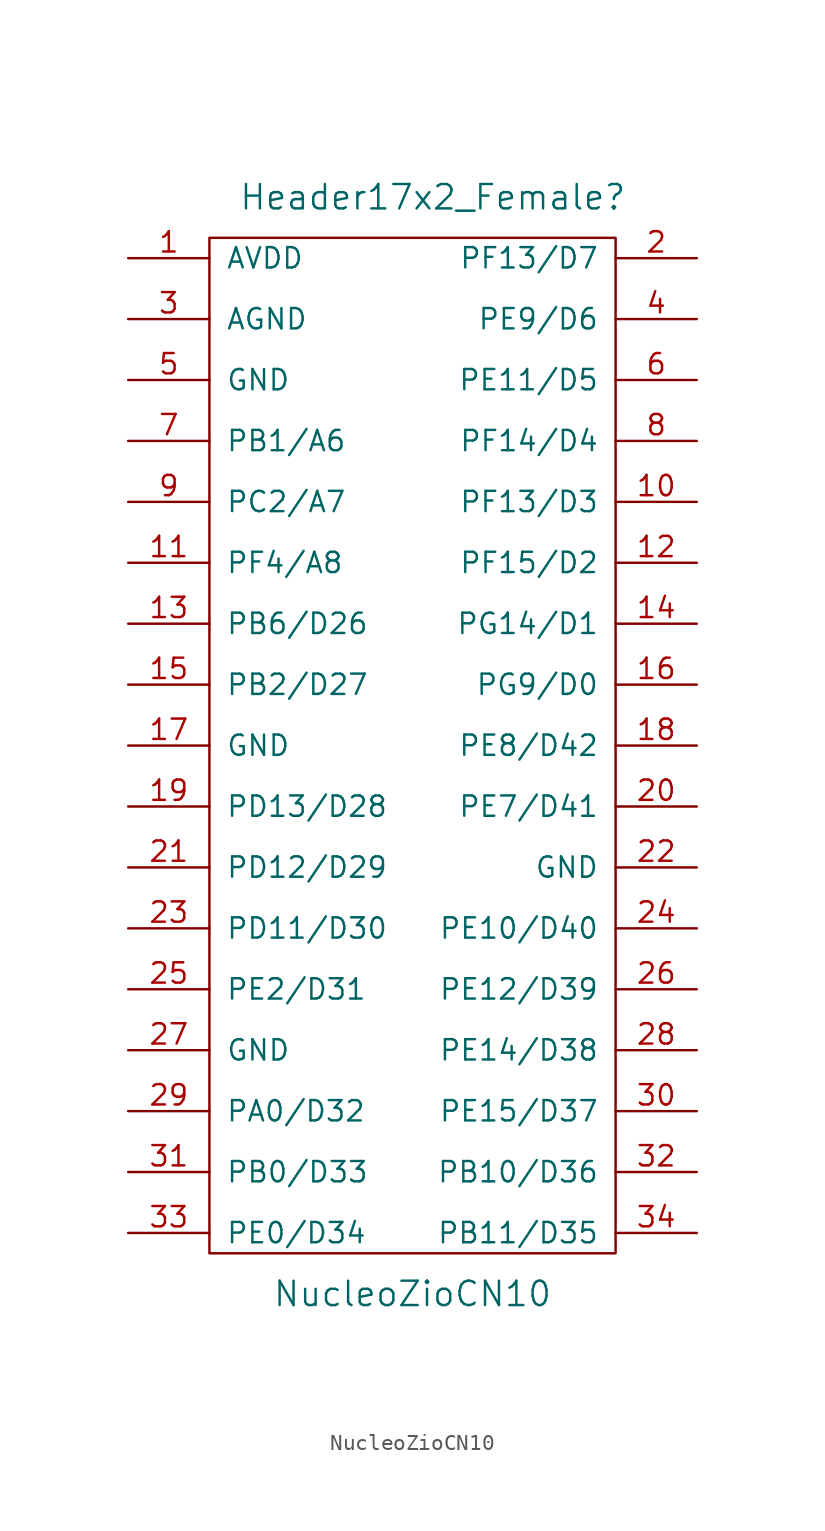
<source format=kicad_sym>
(kicad_symbol_lib
  (version 20220914)
  (generator kicad_symbol_editor)
  (symbol "NucleoZioCN10"
    (pin_names
      (offset 1.016))
    (property "Reference" "Header17x2_Female"
      (at -11.43 55.88 0)
      (effects (font (size 1.524 1.524))))
    (property "Value" "NucleoZioCN10"
      (at -12.7 -12.7 0)
      (effects (font (size 1.524 1.524))))
    (symbol "NucleoZioCN10_0_1"
      (rectangle (start -25.4 53.34) (end 0 -10.16) (stroke (width 0) (type solid)) (fill (type none))))
    (symbol "NucleoZioCN10_1_1"
      (pin input line (at -30.48 52.07 0) (length 5.08) (name "AVDD" (effects (font (size 1.27 1.27)))) (number "1" (effects (font (size 1.27 1.27)))))
      (pin input line (at 5.08 36.83 180) (length 5.08) (name "PF13/D3" (effects (font (size 1.27 1.27)))) (number "10" (effects (font (size 1.27 1.27)))))
      (pin input line (at -30.48 33.02 0) (length 5.08) (name "PF4/A8" (effects (font (size 1.27 1.27)))) (number "11" (effects (font (size 1.27 1.27)))))
      (pin input line (at 5.08 33.02 180) (length 5.08) (name "PF15/D2" (effects (font (size 1.27 1.27)))) (number "12" (effects (font (size 1.27 1.27)))))
      (pin input line (at -30.48 29.21 0) (length 5.08) (name "PB6/D26" (effects (font (size 1.27 1.27)))) (number "13" (effects (font (size 1.27 1.27)))))
      (pin input line (at 5.08 29.21 180) (length 5.08) (name "PG14/D1" (effects (font (size 1.27 1.27)))) (number "14" (effects (font (size 1.27 1.27)))))
      (pin input line (at -30.48 25.4 0) (length 5.08) (name "PB2/D27" (effects (font (size 1.27 1.27)))) (number "15" (effects (font (size 1.27 1.27)))))
      (pin input line (at 5.08 25.4 180) (length 5.08) (name "PG9/D0" (effects (font (size 1.27 1.27)))) (number "16" (effects (font (size 1.27 1.27)))))
      (pin input line (at -30.48 21.59 0) (length 5.08) (name "GND" (effects (font (size 1.27 1.27)))) (number "17" (effects (font (size 1.27 1.27)))))
      (pin input line (at 5.08 21.59 180) (length 5.08) (name "PE8/D42" (effects (font (size 1.27 1.27)))) (number "18" (effects (font (size 1.27 1.27)))))
      (pin input line (at -30.48 17.78 0) (length 5.08) (name "PD13/D28" (effects (font (size 1.27 1.27)))) (number "19" (effects (font (size 1.27 1.27)))))
      (pin input line (at 5.08 52.07 180) (length 5.08) (name "PF13/D7" (effects (font (size 1.27 1.27)))) (number "2" (effects (font (size 1.27 1.27)))))
      (pin input line (at 5.08 17.78 180) (length 5.08) (name "PE7/D41" (effects (font (size 1.27 1.27)))) (number "20" (effects (font (size 1.27 1.27)))))
      (pin input line (at -30.48 13.97 0) (length 5.08) (name "PD12/D29" (effects (font (size 1.27 1.27)))) (number "21" (effects (font (size 1.27 1.27)))))
      (pin input line (at 5.08 13.97 180) (length 5.08) (name "GND" (effects (font (size 1.27 1.27)))) (number "22" (effects (font (size 1.27 1.27)))))
      (pin input line (at -30.48 10.16 0) (length 5.08) (name "PD11/D30" (effects (font (size 1.27 1.27)))) (number "23" (effects (font (size 1.27 1.27)))))
      (pin input line (at 5.08 10.16 180) (length 5.08) (name "PE10/D40" (effects (font (size 1.27 1.27)))) (number "24" (effects (font (size 1.27 1.27)))))
      (pin input line (at -30.48 6.35 0) (length 5.08) (name "PE2/D31" (effects (font (size 1.27 1.27)))) (number "25" (effects (font (size 1.27 1.27)))))
      (pin input line (at 5.08 6.35 180) (length 5.08) (name "PE12/D39" (effects (font (size 1.27 1.27)))) (number "26" (effects (font (size 1.27 1.27)))))
      (pin input line (at -30.48 2.54 0) (length 5.08) (name "GND" (effects (font (size 1.27 1.27)))) (number "27" (effects (font (size 1.27 1.27)))))
      (pin input line (at 5.08 2.54 180) (length 5.08) (name "PE14/D38" (effects (font (size 1.27 1.27)))) (number "28" (effects (font (size 1.27 1.27)))))
      (pin input line (at -30.48 -1.27 0) (length 5.08) (name "PA0/D32" (effects (font (size 1.27 1.27)))) (number "29" (effects (font (size 1.27 1.27)))))
      (pin input line (at -30.48 48.26 0) (length 5.08) (name "AGND" (effects (font (size 1.27 1.27)))) (number "3" (effects (font (size 1.27 1.27)))))
      (pin input line (at 5.08 -1.27 180) (length 5.08) (name "PE15/D37" (effects (font (size 1.27 1.27)))) (number "30" (effects (font (size 1.27 1.27)))))
      (pin input line (at -30.48 -5.08 0) (length 5.08) (name "PB0/D33" (effects (font (size 1.27 1.27)))) (number "31" (effects (font (size 1.27 1.27)))))
      (pin input line (at 5.08 -5.08 180) (length 5.08) (name "PB10/D36" (effects (font (size 1.27 1.27)))) (number "32" (effects (font (size 1.27 1.27)))))
      (pin input line (at -30.48 -8.89 0) (length 5.08) (name "PE0/D34" (effects (font (size 1.27 1.27)))) (number "33" (effects (font (size 1.27 1.27)))))
      (pin input line (at 5.08 -8.89 180) (length 5.08) (name "PB11/D35" (effects (font (size 1.27 1.27)))) (number "34" (effects (font (size 1.27 1.27)))))
      (pin input line (at 5.08 48.26 180) (length 5.08) (name "PE9/D6" (effects (font (size 1.27 1.27)))) (number "4" (effects (font (size 1.27 1.27)))))
      (pin input line (at -30.48 44.45 0) (length 5.08) (name "GND" (effects (font (size 1.27 1.27)))) (number "5" (effects (font (size 1.27 1.27)))))
      (pin input line (at 5.08 44.45 180) (length 5.08) (name "PE11/D5" (effects (font (size 1.27 1.27)))) (number "6" (effects (font (size 1.27 1.27)))))
      (pin input line (at -30.48 40.64 0) (length 5.08) (name "PB1/A6" (effects (font (size 1.27 1.27)))) (number "7" (effects (font (size 1.27 1.27)))))
      (pin input line (at 5.08 40.64 180) (length 5.08) (name "PF14/D4" (effects (font (size 1.27 1.27)))) (number "8" (effects (font (size 1.27 1.27)))))
      (pin input line (at -30.48 36.83 0) (length 5.08) (name "PC2/A7" (effects (font (size 1.27 1.27)))) (number "9" (effects (font (size 1.27 1.27))))))))
</source>
